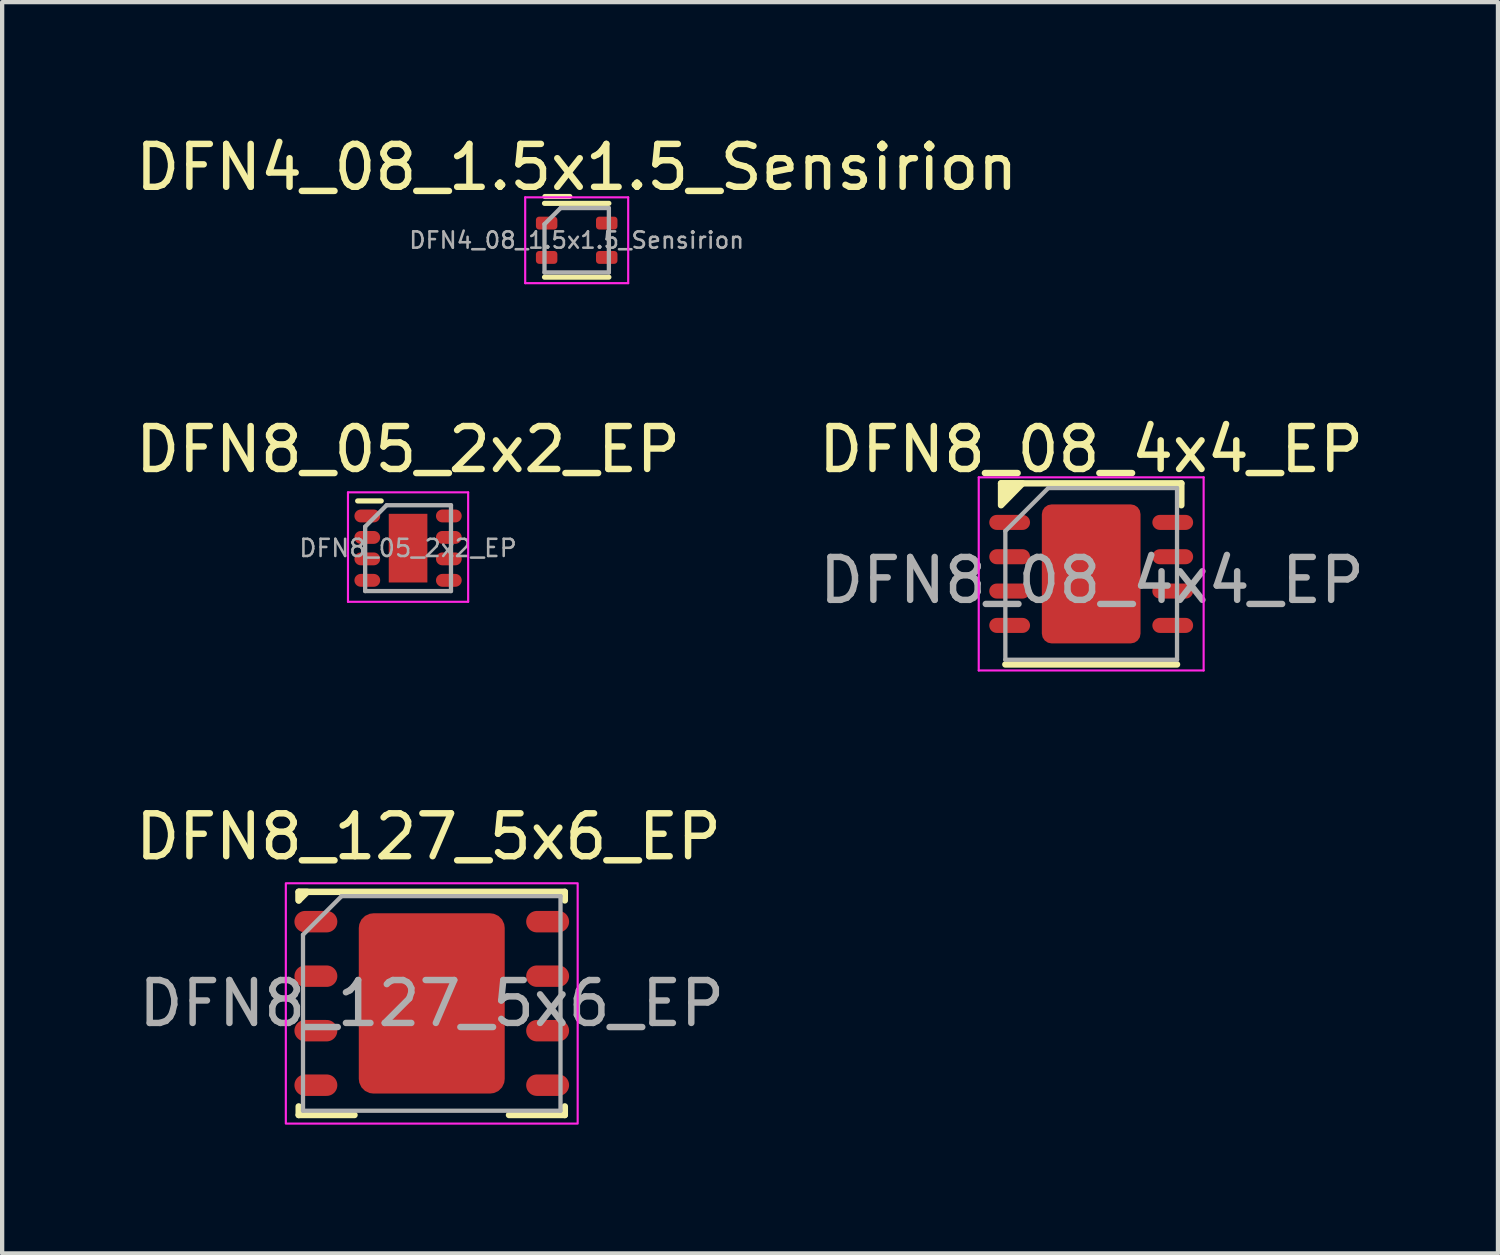
<source format=kicad_pcb>
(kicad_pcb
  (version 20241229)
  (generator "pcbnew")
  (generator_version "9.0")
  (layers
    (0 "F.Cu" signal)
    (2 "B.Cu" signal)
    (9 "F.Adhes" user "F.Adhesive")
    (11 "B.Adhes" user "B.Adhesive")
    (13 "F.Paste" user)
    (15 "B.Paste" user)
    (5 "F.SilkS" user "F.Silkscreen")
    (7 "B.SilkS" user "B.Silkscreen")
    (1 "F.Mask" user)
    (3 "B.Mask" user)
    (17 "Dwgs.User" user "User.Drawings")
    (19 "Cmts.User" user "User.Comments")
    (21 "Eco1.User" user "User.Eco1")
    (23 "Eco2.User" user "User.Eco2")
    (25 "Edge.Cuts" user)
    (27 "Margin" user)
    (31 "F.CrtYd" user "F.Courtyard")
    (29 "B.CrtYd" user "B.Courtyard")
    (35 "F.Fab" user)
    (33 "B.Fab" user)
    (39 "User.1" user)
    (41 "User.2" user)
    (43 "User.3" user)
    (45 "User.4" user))
  (footprint "DFN4_08_1.5x1.5_Sensirion"
    (layer "F.Cu")
    (at 10.387 2.548)
    (property "Reference" "DFN4_08_1.5x1.5_Sensirion" (at 0 -1.7 0) (layer "F.SilkS") (effects (font (size 1 1) (thickness 0.15))))
    (attr smd)
    (fp_line (start -0.75 -0.86) (end 0.75 -0.86) (stroke (width 0.12) (type solid)) (layer "F.SilkS"))
    (fp_line (start -0.75 0.86) (end 0.75 0.86) (stroke (width 0.12) (type solid)) (layer "F.SilkS"))
    (fp_line (start -0.74 -1.02) (end -0.16 -1.02) (stroke (width 0.12) (type solid)) (layer "F.SilkS"))
    (fp_line (start -1.2 -1) (end -1.2 1) (stroke (width 0.05) (type solid)) (layer "F.CrtYd"))
    (fp_line (start -1.2 1) (end 1.2 1) (stroke (width 0.05) (type solid)) (layer "F.CrtYd"))
    (fp_line (start 1.2 -1) (end -1.2 -1) (stroke (width 0.05) (type solid)) (layer "F.CrtYd"))
    (fp_line (start 1.2 1) (end 1.2 -1) (stroke (width 0.05) (type solid)) (layer "F.CrtYd"))
    (fp_line (start -0.75 -0.375) (end -0.375 -0.75) (stroke (width 0.1) (type solid)) (layer "F.Fab"))
    (fp_line (start -0.75 0.75) (end -0.75 -0.375) (stroke (width 0.1) (type solid)) (layer "F.Fab"))
    (fp_line (start -0.375 -0.75) (end 0.75 -0.75) (stroke (width 0.1) (type solid)) (layer "F.Fab"))
    (fp_line (start 0.75 -0.75) (end 0.75 0.75) (stroke (width 0.1) (type solid)) (layer "F.Fab"))
    (fp_line (start 0.75 0.75) (end -0.75 0.75) (stroke (width 0.1) (type solid)) (layer "F.Fab"))
    (fp_text user "${REFERENCE}" (at 0 0 0) (layer "F.Fab") (effects (font (size 0.38 0.38) (thickness 0.06))))
    (pad "1" smd roundrect (at -0.7 -0.4) (size 0.5 0.3) (layers "F.Cu" "F.Mask" "F.Paste") (roundrect_rratio 0.25))
    (pad "2" smd roundrect (at -0.7 0.4) (size 0.5 0.3) (layers "F.Cu" "F.Mask" "F.Paste") (roundrect_rratio 0.25))
    (pad "3" smd roundrect (at 0.7 0.4) (size 0.5 0.3) (layers "F.Cu" "F.Mask" "F.Paste") (roundrect_rratio 0.25))
    (pad "4" smd roundrect (at 0.7 -0.4) (size 0.5 0.3) (layers "F.Cu" "F.Mask" "F.Paste") (roundrect_rratio 0.25))
    (zone (net_name "") (layer "F.Cu") (hatch edge 0.508) (connect_pads) (min_thickness 0.254) (filled_areas_thickness no) (keepout (tracks not_allowed) (vias not_allowed) (pads allowed) (copperpour not_allowed) (footprints allowed)) (placement (enabled no)) (fill) (polygon (pts (xy 11.137 1.998) (xy 10.837 1.998) (xy 10.837 2.298) (xy 11.137 2.298) (xy 11.137 2.798) (xy 10.837 2.798) (xy 10.837 3.098) (xy 11.137 3.098) (xy 11.137 3.298) (xy 9.637 3.298) (xy 9.637 3.098) (xy 9.937 3.098) (xy 9.937 2.798) (xy 9.637 2.798) (xy 9.637 2.298) (xy 9.937 2.298) (xy 9.937 1.998) (xy 9.637 1.998) (xy 9.637 1.798) (xy 11.137 1.798)))))
  (footprint "DFN8_127_5x6_EP"
    (layer "F.Cu")
    (at 7.01 20.33)
    (property "Reference" "DFN8_127_5x6_EP" (at -0.075 -3.885 0) (layer "F.SilkS") (effects (font (size 1 1) (thickness 0.15))))
    (attr smd)
    (fp_line (start -3.1 -2.6) (end -3.1 -2.4) (stroke (width 0.15) (type default)) (layer "F.SilkS"))
    (fp_line (start -3.1 2.6) (end -3.1 2.4) (stroke (width 0.15) (type default)) (layer "F.SilkS"))
    (fp_line (start -3.1 2.6) (end -1.8 2.6) (stroke (width 0.15) (type default)) (layer "F.SilkS"))
    (fp_line (start 3.1 -2.6) (end -3.1 -2.6) (stroke (width 0.15) (type solid)) (layer "F.SilkS"))
    (fp_line (start 3.1 -2.6) (end 3.1 -2.4) (stroke (width 0.15) (type default)) (layer "F.SilkS"))
    (fp_line (start 3.1 2.6) (end 1.8 2.6) (stroke (width 0.15) (type default)) (layer "F.SilkS"))
    (fp_line (start 3.1 2.6) (end 3.1 2.4) (stroke (width 0.15) (type default)) (layer "F.SilkS"))
    (fp_poly (pts (xy -3.1 -2.6) (xy -3.1 -2.4) (xy -2.9 -2.6)) (stroke (width 0.15) (type solid)) (fill yes) (layer "F.SilkS"))
    (fp_rect (start -3.4 -2.8) (end 3.4 2.8) (stroke (width 0.05) (type default)) (fill no) (layer "F.CrtYd"))
    (fp_line (start -3 -1.6) (end -3 2.5) (stroke (width 0.1) (type solid)) (layer "F.Fab"))
    (fp_line (start -3 -1.6) (end -2.1 -2.5) (stroke (width 0.1) (type default)) (layer "F.Fab"))
    (fp_line (start -3 2.5) (end 3 2.5) (stroke (width 0.1) (type solid)) (layer "F.Fab"))
    (fp_line (start 3 -2.5) (end -2.1 -2.5) (stroke (width 0.1) (type solid)) (layer "F.Fab"))
    (fp_line (start 3 2.5) (end 3 -2.5) (stroke (width 0.1) (type solid)) (layer "F.Fab"))
    (fp_text user "${REFERENCE}" (at 0 0 0) (unlocked yes) (layer "F.Fab") (effects (font (size 1 1) (thickness 0.15))))
    (pad "" smd roundrect (at -0.8 -0.9) (size 1.2 1.2) (layers "F.Paste") (roundrect_rratio 0.25))
    (pad "" smd roundrect (at -0.8 0.9) (size 1.2 1.2) (layers "F.Paste") (roundrect_rratio 0.25))
    (pad "" smd roundrect (at 0.8 -0.9) (size 1.2 1.2) (layers "F.Paste") (roundrect_rratio 0.25))
    (pad "" smd roundrect (at 0.8 0.9) (size 1.2 1.2) (layers "F.Paste") (roundrect_rratio 0.25))
    (pad "1" smd oval (at -2.7 -1.905) (size 1 0.5) (layers "F.Cu" "F.Mask" "F.Paste"))
    (pad "2" smd oval (at -2.7 -0.635) (size 1 0.5) (layers "F.Cu" "F.Mask" "F.Paste"))
    (pad "3" smd oval (at -2.7 0.635) (size 1 0.5) (layers "F.Cu" "F.Mask" "F.Paste"))
    (pad "4" smd oval (at -2.7 1.905) (size 1 0.5) (layers "F.Cu" "F.Mask" "F.Paste"))
    (pad "5" smd oval (at 2.7 1.905) (size 1 0.5) (layers "F.Cu" "F.Mask" "F.Paste"))
    (pad "6" smd oval (at 2.7 0.635) (size 1 0.5) (layers "F.Cu" "F.Mask" "F.Paste"))
    (pad "7" smd oval (at 2.7 -0.635) (size 1 0.5) (layers "F.Cu" "F.Mask" "F.Paste"))
    (pad "8" smd oval (at 2.7 -1.905) (size 1 0.5) (layers "F.Cu" "F.Mask" "F.Paste"))
    (pad "9" smd roundrect (at 0 0) (size 3.4 4.2) (layers "F.Cu" "F.Mask") (roundrect_rratio 0.1)))
  (footprint "DFN8_05_2x2_EP"
    (layer "F.Cu")
    (at 6.458 9.722)
    (property "Reference" "DFN8_05_2x2_EP" (at 0 -2.3 0) (unlocked yes) (layer "F.SilkS") (effects (font (size 1 1) (thickness 0.15))))
    (attr smd)
    (fp_line (start -1.175 -1.1) (end -0.625 -1.1) (stroke (width 0.12) (type solid)) (layer "F.SilkS"))
    (fp_line (start -1.4 -1.3) (end -1.4 1.25) (stroke (width 0.05) (type solid)) (layer "F.CrtYd"))
    (fp_line (start -1.4 -1.3) (end 1.4 -1.3) (stroke (width 0.05) (type solid)) (layer "F.CrtYd"))
    (fp_line (start -1.4 1.25) (end 1.4 1.25) (stroke (width 0.05) (type solid)) (layer "F.CrtYd"))
    (fp_line (start 1.4 -1.3) (end 1.4 1.25) (stroke (width 0.05) (type solid)) (layer "F.CrtYd"))
    (fp_line (start -1 -0.5) (end -0.5 -1) (stroke (width 0.1) (type solid)) (layer "F.Fab"))
    (fp_line (start -1 1) (end -1 -0.5) (stroke (width 0.1) (type solid)) (layer "F.Fab"))
    (fp_line (start -0.5 -1) (end 1 -1) (stroke (width 0.1) (type solid)) (layer "F.Fab"))
    (fp_line (start 1 -1) (end 1 1) (stroke (width 0.1) (type solid)) (layer "F.Fab"))
    (fp_line (start 1 1) (end -1 1) (stroke (width 0.1) (type solid)) (layer "F.Fab"))
    (fp_text user "${REFERENCE}" (at 0 0 0) (layer "F.Fab") (effects (font (size 0.4 0.4) (thickness 0.06))))
    (pad "" smd rect (at 0 -0.438) (size 0.8 0.6) (layers "F.Paste"))
    (pad "" smd rect (at 0 0.438) (size 0.8 0.6) (layers "F.Paste"))
    (pad "1" smd oval (at -0.95 -0.75) (size 0.6 0.3) (layers "F.Cu" "F.Mask" "F.Paste"))
    (pad "2" smd oval (at -0.95 -0.25) (size 0.6 0.3) (layers "F.Cu" "F.Mask" "F.Paste"))
    (pad "3" smd oval (at -0.95 0.25) (size 0.6 0.3) (layers "F.Cu" "F.Mask" "F.Paste"))
    (pad "4" smd oval (at -0.95 0.75) (size 0.6 0.3) (layers "F.Cu" "F.Mask" "F.Paste"))
    (pad "5" smd oval (at 0.95 0.75) (size 0.6 0.3) (layers "F.Cu" "F.Mask" "F.Paste"))
    (pad "6" smd oval (at 0.95 0.25) (size 0.6 0.3) (layers "F.Cu" "F.Mask" "F.Paste"))
    (pad "7" smd oval (at 0.95 -0.25) (size 0.6 0.3) (layers "F.Cu" "F.Mask" "F.Paste"))
    (pad "8" smd oval (at 0.95 -0.75) (size 0.6 0.3) (layers "F.Cu" "F.Mask" "F.Paste"))
    (pad "9" smd rect (at 0 0) (size 0.9 1.6) (layers "F.Cu" "F.Mask")))
  (footprint "DFN8_08_4x4_EP"
    (layer "F.Cu")
    (at 22.375 10.322)
    (property "Reference" "DFN8_08_4x4_EP" (at 0 -2.9 0) (unlocked yes) (layer "F.SilkS") (effects (font (size 1 1) (thickness 0.15))))
    (attr smd)
    (fp_line (start -2.1 -2.11) (end 2.1 -2.11) (stroke (width 0.15) (type solid)) (layer "F.SilkS"))
    (fp_line (start -2.1 -2) (end -2.1 -2.11) (stroke (width 0.12) (type solid)) (layer "F.SilkS"))
    (fp_line (start -2.1 -2) (end -2.1 -1.6) (stroke (width 0.12) (type solid)) (layer "F.SilkS"))
    (fp_line (start -2 2.11) (end 2 2.11) (stroke (width 0.15) (type solid)) (layer "F.SilkS"))
    (fp_line (start 2.1 -2.11) (end 2.1 -1.6) (stroke (width 0.15) (type solid)) (layer "F.SilkS"))
    (fp_poly (pts (xy -1.6 -2.11) (xy -2.1 -1.6) (xy -2.1 -2.11)) (stroke (width 0.15) (type solid)) (fill yes) (layer "F.SilkS"))
    (fp_line (start -2.62 -2.25) (end -2.62 2.25) (stroke (width 0.05) (type solid)) (layer "F.CrtYd"))
    (fp_line (start -2.62 2.25) (end 2.62 2.25) (stroke (width 0.05) (type solid)) (layer "F.CrtYd"))
    (fp_line (start 2.62 -2.25) (end -2.62 -2.25) (stroke (width 0.05) (type solid)) (layer "F.CrtYd"))
    (fp_line (start 2.62 2.25) (end 2.62 -2.25) (stroke (width 0.05) (type solid)) (layer "F.CrtYd"))
    (fp_line (start -2 -1) (end -1 -2) (stroke (width 0.1) (type solid)) (layer "F.Fab"))
    (fp_line (start -2 2) (end -2 -1) (stroke (width 0.1) (type solid)) (layer "F.Fab"))
    (fp_line (start -1 -2) (end 2 -2) (stroke (width 0.1) (type solid)) (layer "F.Fab"))
    (fp_line (start 2 -2) (end 2 2) (stroke (width 0.1) (type solid)) (layer "F.Fab"))
    (fp_line (start 2 2) (end -2 2) (stroke (width 0.1) (type solid)) (layer "F.Fab"))
    (fp_text user "${REFERENCE}" (at 0.02 0.15 0) (layer "F.Fab") (effects (font (size 1 1) (thickness 0.15))))
    (pad "" smd roundrect (at -0.575 -0.81) (size 0.93 1.31) (layers "F.Paste") (roundrect_rratio 0.25))
    (pad "" smd roundrect (at -0.575 0.81) (size 0.93 1.31) (layers "F.Paste") (roundrect_rratio 0.25))
    (pad "" smd roundrect (at 0.575 -0.81) (size 0.93 1.31) (layers "F.Paste") (roundrect_rratio 0.25))
    (pad "" smd roundrect (at 0.575 0.81) (size 0.93 1.31) (layers "F.Paste") (roundrect_rratio 0.25))
    (pad "1" smd oval (at -1.9 -1.2) (size 0.95 0.35) (layers "F.Cu" "F.Mask" "F.Paste"))
    (pad "2" smd oval (at -1.9 -0.4) (size 0.95 0.35) (layers "F.Cu" "F.Mask" "F.Paste"))
    (pad "3" smd oval (at -1.9 0.4) (size 0.95 0.35) (layers "F.Cu" "F.Mask" "F.Paste"))
    (pad "4" smd oval (at -1.9 1.2) (size 0.95 0.35) (layers "F.Cu" "F.Mask" "F.Paste"))
    (pad "5" smd oval (at 1.9 1.2) (size 0.95 0.35) (layers "F.Cu" "F.Mask" "F.Paste"))
    (pad "6" smd oval (at 1.9 0.4) (size 0.95 0.35) (layers "F.Cu" "F.Mask" "F.Paste"))
    (pad "7" smd oval (at 1.9 -0.4) (size 0.95 0.35) (layers "F.Cu" "F.Mask" "F.Paste"))
    (pad "8" smd oval (at 1.9 -1.2) (size 0.95 0.35) (layers "F.Cu" "F.Mask" "F.Paste"))
    (pad "9" smd roundrect (at 0 0) (size 2.3 3.24) (layers "F.Cu" "F.Mask") (roundrect_rratio 0.1)))
  (gr_rect
    (start -3 -3)
    (end 31.853 26.155)
    (stroke (width 0.1) (type default))
    (fill no)
    (layer "Edge.Cuts")))
</source>
